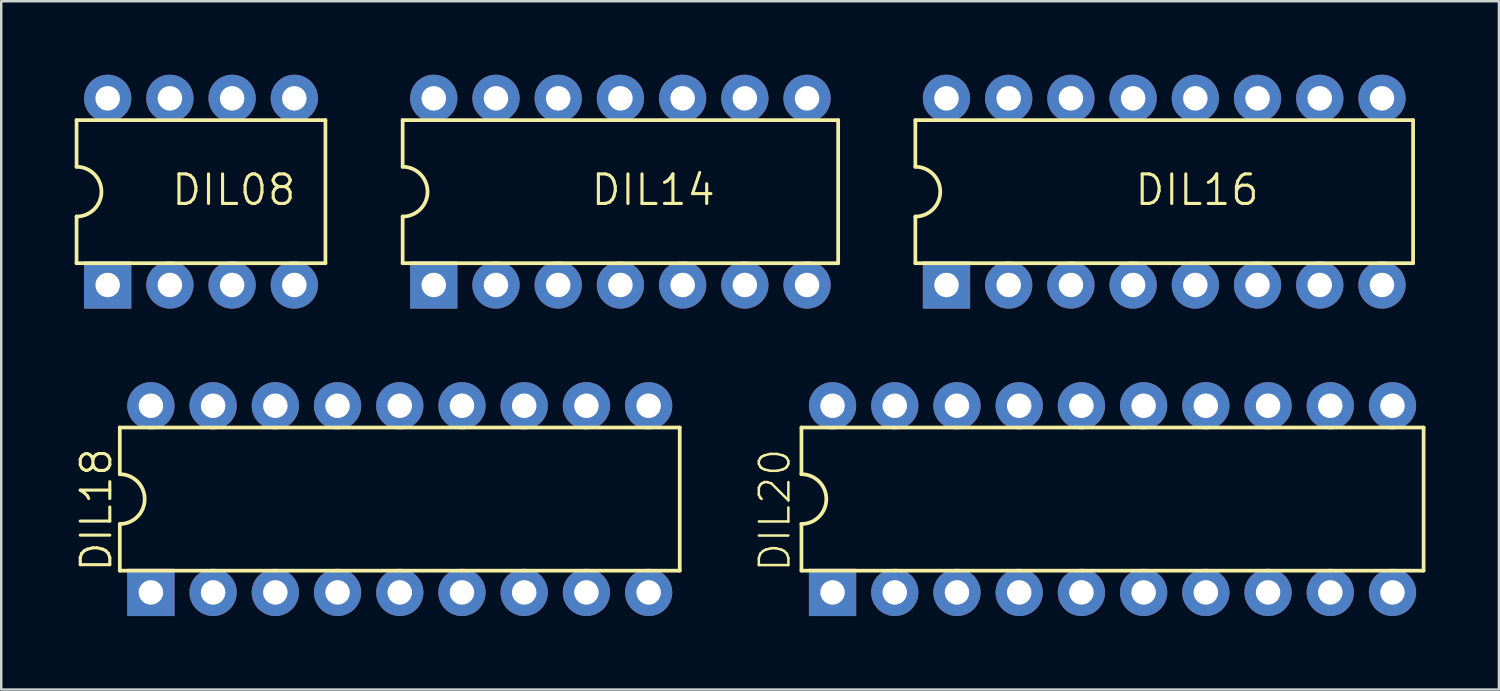
<source format=kicad_pcb>
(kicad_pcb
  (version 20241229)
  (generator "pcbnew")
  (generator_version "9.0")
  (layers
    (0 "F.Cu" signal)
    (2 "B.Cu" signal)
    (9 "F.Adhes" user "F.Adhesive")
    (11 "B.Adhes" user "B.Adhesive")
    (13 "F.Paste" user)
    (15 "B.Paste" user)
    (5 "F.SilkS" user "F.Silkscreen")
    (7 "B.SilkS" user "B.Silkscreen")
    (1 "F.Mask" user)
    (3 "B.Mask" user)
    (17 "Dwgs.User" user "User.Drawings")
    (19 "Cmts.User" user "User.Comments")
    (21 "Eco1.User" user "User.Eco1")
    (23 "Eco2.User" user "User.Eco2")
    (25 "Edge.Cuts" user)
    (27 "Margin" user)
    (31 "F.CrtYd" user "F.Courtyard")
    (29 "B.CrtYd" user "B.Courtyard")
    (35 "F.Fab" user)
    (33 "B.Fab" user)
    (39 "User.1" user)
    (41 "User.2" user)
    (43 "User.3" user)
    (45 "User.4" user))
  (footprint "DIL16"
    (layer "F.Cu")
    (at 44.481 4.775)
    (property "Reference" "DIL16" (at -1.27 0.635 0) (layer "F.SilkS") (effects (font (size 1.206 1.206) (thickness 0.127)) (justify left bottom)))
    (attr through_hole)
    (fp_line (start -10.16 -2.921) (end -10.16 -1.016) (stroke (width 0.152) (type solid)) (layer "F.SilkS"))
    (fp_line (start -10.16 2.921) (end -10.16 1.016) (stroke (width 0.152) (type solid)) (layer "F.SilkS"))
    (fp_line (start -10.16 2.921) (end 10.16 2.921) (stroke (width 0.152) (type solid)) (layer "F.SilkS"))
    (fp_line (start 10.16 -2.921) (end -10.16 -2.921) (stroke (width 0.152) (type solid)) (layer "F.SilkS"))
    (fp_line (start 10.16 -2.921) (end 10.16 2.921) (stroke (width 0.152) (type solid)) (layer "F.SilkS"))
    (fp_arc (start -10.16 -1.016) (mid -9.144 0) (end -10.16 1.016) (stroke (width 0.1524) (type solid)) (layer "F.SilkS"))
    (pad "1" thru_hole rect (at -8.89 3.81 90) (size 1.93 1.93) (drill 1) (layers "*.Cu" "*.Mask"))
    (pad "2" thru_hole oval (at -6.35 3.81 90) (size 1.93 1.93) (drill 1) (layers "*.Cu" "*.Mask"))
    (pad "3" thru_hole oval (at -3.81 3.81 90) (size 1.93 1.93) (drill 1) (layers "*.Cu" "*.Mask"))
    (pad "4" thru_hole oval (at -1.27 3.81 90) (size 1.93 1.93) (drill 1) (layers "*.Cu" "*.Mask"))
    (pad "5" thru_hole oval (at 1.27 3.81 90) (size 1.93 1.93) (drill 1) (layers "*.Cu" "*.Mask"))
    (pad "6" thru_hole oval (at 3.81 3.81 90) (size 1.93 1.93) (drill 1) (layers "*.Cu" "*.Mask"))
    (pad "7" thru_hole oval (at 6.35 3.81 90) (size 1.93 1.93) (drill 1) (layers "*.Cu" "*.Mask"))
    (pad "8" thru_hole oval (at 8.89 3.81 90) (size 1.93 1.93) (drill 1) (layers "*.Cu" "*.Mask"))
    (pad "9" thru_hole oval (at 8.89 -3.81 90) (size 1.93 1.93) (drill 1) (layers "*.Cu" "*.Mask"))
    (pad "10" thru_hole oval (at 6.35 -3.81 90) (size 1.93 1.93) (drill 1) (layers "*.Cu" "*.Mask"))
    (pad "11" thru_hole oval (at 3.81 -3.81 90) (size 1.93 1.93) (drill 1) (layers "*.Cu" "*.Mask"))
    (pad "12" thru_hole oval (at 1.27 -3.81 90) (size 1.93 1.93) (drill 1) (layers "*.Cu" "*.Mask"))
    (pad "13" thru_hole oval (at -1.27 -3.81 90) (size 1.93 1.93) (drill 1) (layers "*.Cu" "*.Mask"))
    (pad "14" thru_hole oval (at -3.81 -3.81 90) (size 1.93 1.93) (drill 1) (layers "*.Cu" "*.Mask"))
    (pad "15" thru_hole oval (at -6.35 -3.81 90) (size 1.93 1.93) (drill 1) (layers "*.Cu" "*.Mask"))
    (pad "16" thru_hole oval (at -8.89 -3.81 90) (size 1.93 1.93) (drill 1) (layers "*.Cu" "*.Mask")))
  (footprint "DIL08"
    (layer "F.Cu")
    (at 5.156 4.775)
    (property "Reference" "DIL08" (at -1.27 0.635 0) (layer "F.SilkS") (effects (font (size 1.206 1.206) (thickness 0.127)) (justify left bottom)))
    (attr through_hole)
    (fp_line (start -5.08 -2.921) (end -5.08 -1.016) (stroke (width 0.152) (type solid)) (layer "F.SilkS"))
    (fp_line (start -5.08 2.921) (end -5.08 1.016) (stroke (width 0.152) (type solid)) (layer "F.SilkS"))
    (fp_line (start -5.08 2.921) (end 5.08 2.921) (stroke (width 0.152) (type solid)) (layer "F.SilkS"))
    (fp_line (start 5.08 -2.921) (end -5.08 -2.921) (stroke (width 0.152) (type solid)) (layer "F.SilkS"))
    (fp_line (start 5.08 -2.921) (end 5.08 2.921) (stroke (width 0.152) (type solid)) (layer "F.SilkS"))
    (fp_arc (start -5.08 -1.016) (mid -4.064 0) (end -5.08 1.016) (stroke (width 0.1524) (type solid)) (layer "F.SilkS"))
    (pad "1" thru_hole rect (at -3.81 3.81 90) (size 1.93 1.93) (drill 1) (layers "*.Cu" "*.Mask"))
    (pad "2" thru_hole oval (at -1.27 3.81 90) (size 1.93 1.93) (drill 1) (layers "*.Cu" "*.Mask"))
    (pad "3" thru_hole oval (at 1.27 3.81 90) (size 1.93 1.93) (drill 1) (layers "*.Cu" "*.Mask"))
    (pad "4" thru_hole oval (at 3.81 3.81 90) (size 1.93 1.93) (drill 1) (layers "*.Cu" "*.Mask"))
    (pad "5" thru_hole oval (at 3.81 -3.81 90) (size 1.93 1.93) (drill 1) (layers "*.Cu" "*.Mask"))
    (pad "6" thru_hole oval (at 1.27 -3.81 90) (size 1.93 1.93) (drill 1) (layers "*.Cu" "*.Mask"))
    (pad "7" thru_hole oval (at -1.27 -3.81 90) (size 1.93 1.93) (drill 1) (layers "*.Cu" "*.Mask"))
    (pad "8" thru_hole oval (at -3.81 -3.81 90) (size 1.93 1.93) (drill 1) (layers "*.Cu" "*.Mask")))
  (footprint "DIL20"
    (layer "F.Cu")
    (at 42.37 17.326)
    (property "Reference" "DIL20" (at -13.081 3.048 90) (layer "F.SilkS") (effects (font (size 1.206 1.206) (thickness 0.102)) (justify left bottom)))
    (attr through_hole)
    (fp_line (start -12.7 -2.921) (end -12.7 -1.016) (stroke (width 0.152) (type solid)) (layer "F.SilkS"))
    (fp_line (start -12.7 2.921) (end -12.7 1.016) (stroke (width 0.152) (type solid)) (layer "F.SilkS"))
    (fp_line (start -12.7 2.921) (end 12.7 2.921) (stroke (width 0.152) (type solid)) (layer "F.SilkS"))
    (fp_line (start 12.7 -2.921) (end -12.7 -2.921) (stroke (width 0.152) (type solid)) (layer "F.SilkS"))
    (fp_line (start 12.7 -2.921) (end 12.7 2.921) (stroke (width 0.152) (type solid)) (layer "F.SilkS"))
    (fp_arc (start -12.7 -1.016) (mid -11.684 0) (end -12.7 1.016) (stroke (width 0.1524) (type solid)) (layer "F.SilkS"))
    (pad "1" thru_hole rect (at -11.43 3.81 90) (size 1.93 1.93) (drill 1) (layers "*.Cu" "*.Mask"))
    (pad "2" thru_hole oval (at -8.89 3.81 90) (size 1.93 1.93) (drill 1) (layers "*.Cu" "*.Mask"))
    (pad "3" thru_hole oval (at -6.35 3.81 90) (size 1.93 1.93) (drill 1) (layers "*.Cu" "*.Mask"))
    (pad "4" thru_hole oval (at -3.81 3.81 90) (size 1.93 1.93) (drill 1) (layers "*.Cu" "*.Mask"))
    (pad "5" thru_hole oval (at -1.27 3.81 90) (size 1.93 1.93) (drill 1) (layers "*.Cu" "*.Mask"))
    (pad "6" thru_hole oval (at 1.27 3.81 90) (size 1.93 1.93) (drill 1) (layers "*.Cu" "*.Mask"))
    (pad "7" thru_hole oval (at 3.81 3.81 90) (size 1.93 1.93) (drill 1) (layers "*.Cu" "*.Mask"))
    (pad "8" thru_hole oval (at 6.35 3.81 90) (size 1.93 1.93) (drill 1) (layers "*.Cu" "*.Mask"))
    (pad "9" thru_hole oval (at 8.89 3.81 90) (size 1.93 1.93) (drill 1) (layers "*.Cu" "*.Mask"))
    (pad "10" thru_hole oval (at 11.43 3.81 90) (size 1.93 1.93) (drill 1) (layers "*.Cu" "*.Mask"))
    (pad "11" thru_hole oval (at 11.43 -3.81 90) (size 1.93 1.93) (drill 1) (layers "*.Cu" "*.Mask"))
    (pad "12" thru_hole oval (at 8.89 -3.81 90) (size 1.93 1.93) (drill 1) (layers "*.Cu" "*.Mask"))
    (pad "13" thru_hole oval (at 6.35 -3.81 90) (size 1.93 1.93) (drill 1) (layers "*.Cu" "*.Mask"))
    (pad "14" thru_hole oval (at 3.81 -3.81 90) (size 1.93 1.93) (drill 1) (layers "*.Cu" "*.Mask"))
    (pad "15" thru_hole oval (at 1.27 -3.81 90) (size 1.93 1.93) (drill 1) (layers "*.Cu" "*.Mask"))
    (pad "16" thru_hole oval (at -1.27 -3.81 90) (size 1.93 1.93) (drill 1) (layers "*.Cu" "*.Mask"))
    (pad "17" thru_hole oval (at -3.81 -3.81 90) (size 1.93 1.93) (drill 1) (layers "*.Cu" "*.Mask"))
    (pad "18" thru_hole oval (at -6.35 -3.81 90) (size 1.93 1.93) (drill 1) (layers "*.Cu" "*.Mask"))
    (pad "19" thru_hole oval (at -8.89 -3.81 90) (size 1.93 1.93) (drill 1) (layers "*.Cu" "*.Mask"))
    (pad "20" thru_hole oval (at -11.43 -3.81 90) (size 1.93 1.93) (drill 1) (layers "*.Cu" "*.Mask")))
  (footprint "DIL14"
    (layer "F.Cu")
    (at 22.279 4.775)
    (property "Reference" "DIL14" (at -1.27 0.635 0) (layer "F.SilkS") (effects (font (size 1.206 1.206) (thickness 0.127)) (justify left bottom)))
    (attr through_hole)
    (fp_line (start -8.89 -2.921) (end -8.89 -1.016) (stroke (width 0.152) (type solid)) (layer "F.SilkS"))
    (fp_line (start -8.89 2.921) (end -8.89 1.016) (stroke (width 0.152) (type solid)) (layer "F.SilkS"))
    (fp_line (start -8.89 2.921) (end 8.89 2.921) (stroke (width 0.152) (type solid)) (layer "F.SilkS"))
    (fp_line (start 8.89 -2.921) (end -8.89 -2.921) (stroke (width 0.152) (type solid)) (layer "F.SilkS"))
    (fp_line (start 8.89 -2.921) (end 8.89 2.921) (stroke (width 0.152) (type solid)) (layer "F.SilkS"))
    (fp_arc (start -8.89 -1.016) (mid -7.874 0) (end -8.89 1.016) (stroke (width 0.1524) (type solid)) (layer "F.SilkS"))
    (pad "1" thru_hole rect (at -7.62 3.81 90) (size 1.93 1.93) (drill 1) (layers "*.Cu" "*.Mask"))
    (pad "2" thru_hole oval (at -5.08 3.81 90) (size 1.93 1.93) (drill 1) (layers "*.Cu" "*.Mask"))
    (pad "3" thru_hole oval (at -2.54 3.81 90) (size 1.93 1.93) (drill 1) (layers "*.Cu" "*.Mask"))
    (pad "4" thru_hole oval (at 0 3.81 90) (size 1.93 1.93) (drill 1) (layers "*.Cu" "*.Mask"))
    (pad "5" thru_hole oval (at 2.54 3.81 90) (size 1.93 1.93) (drill 1) (layers "*.Cu" "*.Mask"))
    (pad "6" thru_hole oval (at 5.08 3.81 90) (size 1.93 1.93) (drill 1) (layers "*.Cu" "*.Mask"))
    (pad "7" thru_hole oval (at 7.62 3.81 90) (size 1.93 1.93) (drill 1) (layers "*.Cu" "*.Mask"))
    (pad "8" thru_hole oval (at 7.62 -3.81 90) (size 1.93 1.93) (drill 1) (layers "*.Cu" "*.Mask"))
    (pad "9" thru_hole oval (at 5.08 -3.81 90) (size 1.93 1.93) (drill 1) (layers "*.Cu" "*.Mask"))
    (pad "10" thru_hole oval (at 2.54 -3.81 90) (size 1.93 1.93) (drill 1) (layers "*.Cu" "*.Mask"))
    (pad "11" thru_hole oval (at 0 -3.81 90) (size 1.93 1.93) (drill 1) (layers "*.Cu" "*.Mask"))
    (pad "12" thru_hole oval (at -2.54 -3.81 90) (size 1.93 1.93) (drill 1) (layers "*.Cu" "*.Mask"))
    (pad "13" thru_hole oval (at -5.08 -3.81 90) (size 1.93 1.93) (drill 1) (layers "*.Cu" "*.Mask"))
    (pad "14" thru_hole oval (at -7.62 -3.81 90) (size 1.93 1.93) (drill 1) (layers "*.Cu" "*.Mask")))
  (footprint "DIL18"
    (layer "F.Cu")
    (at 13.271 17.326)
    (property "Reference" "DIL18" (at -11.684 3.048 90) (layer "F.SilkS") (effects (font (size 1.206 1.206) (thickness 0.127)) (justify left bottom)))
    (attr through_hole)
    (fp_line (start -11.43 -2.921) (end -11.43 -1.016) (stroke (width 0.152) (type solid)) (layer "F.SilkS"))
    (fp_line (start -11.43 2.921) (end -11.43 1.016) (stroke (width 0.152) (type solid)) (layer "F.SilkS"))
    (fp_line (start -11.43 2.921) (end 11.43 2.921) (stroke (width 0.152) (type solid)) (layer "F.SilkS"))
    (fp_line (start 11.43 -2.921) (end -11.43 -2.921) (stroke (width 0.152) (type solid)) (layer "F.SilkS"))
    (fp_line (start 11.43 -2.921) (end 11.43 2.921) (stroke (width 0.152) (type solid)) (layer "F.SilkS"))
    (fp_arc (start -11.43 -1.016) (mid -10.414 0) (end -11.43 1.016) (stroke (width 0.1524) (type solid)) (layer "F.SilkS"))
    (pad "1" thru_hole rect (at -10.16 3.81 90) (size 1.93 1.93) (drill 1) (layers "*.Cu" "*.Mask"))
    (pad "2" thru_hole oval (at -7.62 3.81 90) (size 1.93 1.93) (drill 1) (layers "*.Cu" "*.Mask"))
    (pad "3" thru_hole oval (at -5.08 3.81 90) (size 1.93 1.93) (drill 1) (layers "*.Cu" "*.Mask"))
    (pad "4" thru_hole oval (at -2.54 3.81 90) (size 1.93 1.93) (drill 1) (layers "*.Cu" "*.Mask"))
    (pad "5" thru_hole oval (at 0 3.81 90) (size 1.93 1.93) (drill 1) (layers "*.Cu" "*.Mask"))
    (pad "6" thru_hole oval (at 2.54 3.81 90) (size 1.93 1.93) (drill 1) (layers "*.Cu" "*.Mask"))
    (pad "7" thru_hole oval (at 5.08 3.81 90) (size 1.93 1.93) (drill 1) (layers "*.Cu" "*.Mask"))
    (pad "8" thru_hole oval (at 7.62 3.81 90) (size 1.93 1.93) (drill 1) (layers "*.Cu" "*.Mask"))
    (pad "9" thru_hole oval (at 10.16 3.81 90) (size 1.93 1.93) (drill 1) (layers "*.Cu" "*.Mask"))
    (pad "10" thru_hole oval (at 10.16 -3.81 90) (size 1.93 1.93) (drill 1) (layers "*.Cu" "*.Mask"))
    (pad "11" thru_hole oval (at 7.62 -3.81 90) (size 1.93 1.93) (drill 1) (layers "*.Cu" "*.Mask"))
    (pad "12" thru_hole oval (at 5.08 -3.81 90) (size 1.93 1.93) (drill 1) (layers "*.Cu" "*.Mask"))
    (pad "13" thru_hole oval (at 2.54 -3.81 90) (size 1.93 1.93) (drill 1) (layers "*.Cu" "*.Mask"))
    (pad "14" thru_hole oval (at 0 -3.81 90) (size 1.93 1.93) (drill 1) (layers "*.Cu" "*.Mask"))
    (pad "15" thru_hole oval (at -2.54 -3.81 90) (size 1.93 1.93) (drill 1) (layers "*.Cu" "*.Mask"))
    (pad "16" thru_hole oval (at -5.08 -3.81 90) (size 1.93 1.93) (drill 1) (layers "*.Cu" "*.Mask"))
    (pad "17" thru_hole oval (at -7.62 -3.81 90) (size 1.93 1.93) (drill 1) (layers "*.Cu" "*.Mask"))
    (pad "18" thru_hole oval (at -10.16 -3.81 90) (size 1.93 1.93) (drill 1) (layers "*.Cu" "*.Mask")))
  (gr_rect
    (start -3 -3)
    (end 58.146 25.101)
    (stroke (width 0.1) (type default))
    (fill no)
    (layer "Edge.Cuts")))
</source>
